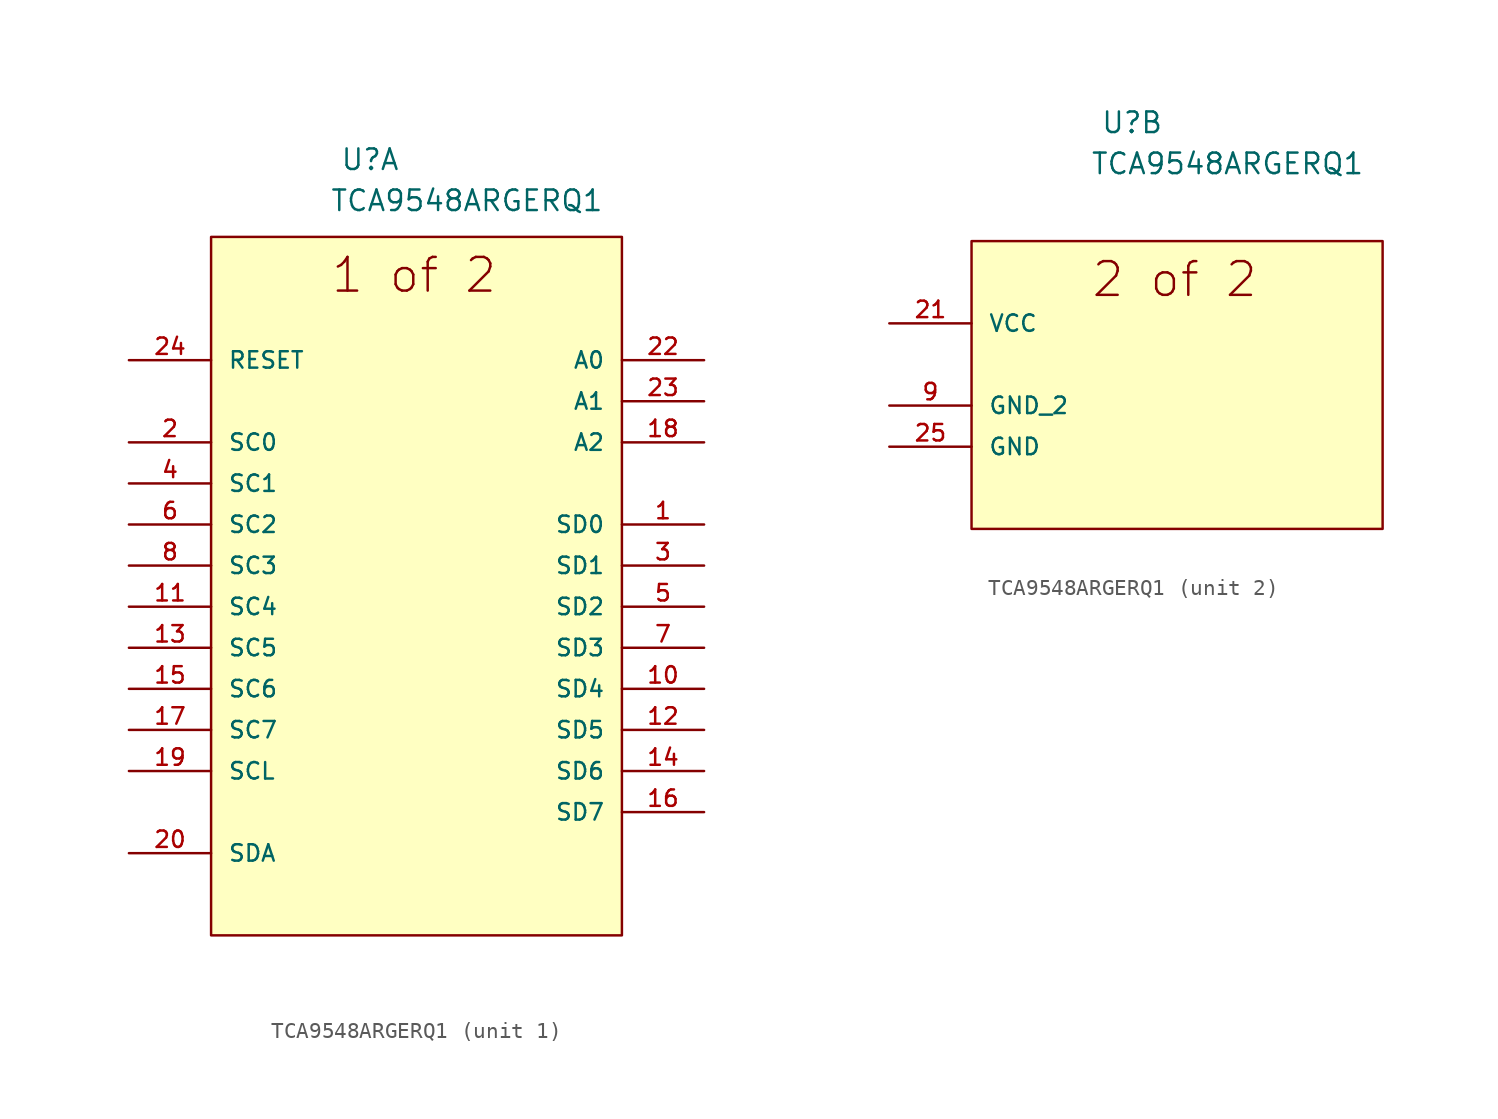
<source format=kicad_sym>
(kicad_symbol_lib
  (version 20211014)
  (generator kicad_symbol_editor)
  (symbol "TCA9548ARGERQ1"
    (pin_names
      (offset 1.016))
    (property "Reference" "U"
      (at 15.596 11.659 0.0)
      (effects (font (size 1.27 1.27)) (justify bottom left)))
    (property "Value" "TCA9548ARGERQ1"
      (at 14.961 9.119 0.0)
      (effects (font (size 1.27 1.27)) (justify bottom left)))
    (symbol "TCA9548ARGERQ1_1_0"
      (text "1 of 2" (at 14.961 4.039 0) (effects (font (size 2.083 2.083)) (justify bottom left)))
      (rectangle (start 7.62 -35.56) (end 33.02 7.62) (stroke (width 0.152)) (fill (type background)))
      (pin passive line (at 2.54 0.0 0) (length 5.08) (name "RESET" (effects (font (size 1.016 1.016)))) (number "24" (effects (font (size 1.016 1.016)))))
      (pin bidirectional line (at 2.54 -5.08 0) (length 5.08) (name "SC0" (effects (font (size 1.016 1.016)))) (number "2" (effects (font (size 1.016 1.016)))))
      (pin bidirectional line (at 2.54 -7.62 0) (length 5.08) (name "SC1" (effects (font (size 1.016 1.016)))) (number "4" (effects (font (size 1.016 1.016)))))
      (pin bidirectional line (at 2.54 -10.16 0) (length 5.08) (name "SC2" (effects (font (size 1.016 1.016)))) (number "6" (effects (font (size 1.016 1.016)))))
      (pin bidirectional line (at 2.54 -12.7 0) (length 5.08) (name "SC3" (effects (font (size 1.016 1.016)))) (number "8" (effects (font (size 1.016 1.016)))))
      (pin bidirectional line (at 2.54 -15.24 0) (length 5.08) (name "SC4" (effects (font (size 1.016 1.016)))) (number "11" (effects (font (size 1.016 1.016)))))
      (pin bidirectional line (at 2.54 -17.78 0) (length 5.08) (name "SC5" (effects (font (size 1.016 1.016)))) (number "13" (effects (font (size 1.016 1.016)))))
      (pin bidirectional line (at 2.54 -20.32 0) (length 5.08) (name "SC6" (effects (font (size 1.016 1.016)))) (number "15" (effects (font (size 1.016 1.016)))))
      (pin bidirectional line (at 2.54 -22.86 0) (length 5.08) (name "SC7" (effects (font (size 1.016 1.016)))) (number "17" (effects (font (size 1.016 1.016)))))
      (pin passive line (at 2.54 -25.4 0) (length 5.08) (name "SCL" (effects (font (size 1.016 1.016)))) (number "19" (effects (font (size 1.016 1.016)))))
      (pin passive line (at 2.54 -30.48 0) (length 5.08) (name "SDA" (effects (font (size 1.016 1.016)))) (number "20" (effects (font (size 1.016 1.016)))))
      (pin bidirectional line (at 38.1 0.0 180.0) (length 5.08) (name "A0" (effects (font (size 1.016 1.016)))) (number "22" (effects (font (size 1.016 1.016)))))
      (pin bidirectional line (at 38.1 -2.54 180.0) (length 5.08) (name "A1" (effects (font (size 1.016 1.016)))) (number "23" (effects (font (size 1.016 1.016)))))
      (pin bidirectional line (at 38.1 -5.08 180.0) (length 5.08) (name "A2" (effects (font (size 1.016 1.016)))) (number "18" (effects (font (size 1.016 1.016)))))
      (pin bidirectional line (at 38.1 -10.16 180.0) (length 5.08) (name "SD0" (effects (font (size 1.016 1.016)))) (number "1" (effects (font (size 1.016 1.016)))))
      (pin bidirectional line (at 38.1 -12.7 180.0) (length 5.08) (name "SD1" (effects (font (size 1.016 1.016)))) (number "3" (effects (font (size 1.016 1.016)))))
      (pin bidirectional line (at 38.1 -15.24 180.0) (length 5.08) (name "SD2" (effects (font (size 1.016 1.016)))) (number "5" (effects (font (size 1.016 1.016)))))
      (pin bidirectional line (at 38.1 -17.78 180.0) (length 5.08) (name "SD3" (effects (font (size 1.016 1.016)))) (number "7" (effects (font (size 1.016 1.016)))))
      (pin bidirectional line (at 38.1 -20.32 180.0) (length 5.08) (name "SD4" (effects (font (size 1.016 1.016)))) (number "10" (effects (font (size 1.016 1.016)))))
      (pin bidirectional line (at 38.1 -22.86 180.0) (length 5.08) (name "SD5" (effects (font (size 1.016 1.016)))) (number "12" (effects (font (size 1.016 1.016)))))
      (pin bidirectional line (at 38.1 -25.4 180.0) (length 5.08) (name "SD6" (effects (font (size 1.016 1.016)))) (number "14" (effects (font (size 1.016 1.016)))))
      (pin bidirectional line (at 38.1 -27.94 180.0) (length 5.08) (name "SD7" (effects (font (size 1.016 1.016)))) (number "16" (effects (font (size 1.016 1.016))))))
    (symbol "TCA9548ARGERQ1_2_0"
      (text "2 of 2" (at 14.961 1.499 0) (effects (font (size 2.083 2.083)) (justify bottom left)))
      (rectangle (start 7.62 -12.7) (end 33.02 5.08) (stroke (width 0.152)) (fill (type background)))
      (pin power_in line (at 2.54 0.0 0) (length 5.08) (name "VCC" (effects (font (size 1.016 1.016)))) (number "21" (effects (font (size 1.016 1.016)))))
      (pin passive line (at 2.54 -5.08 0) (length 5.08) (name "GND_2" (effects (font (size 1.016 1.016)))) (number "9" (effects (font (size 1.016 1.016)))))
      (pin passive line (at 2.54 -7.62 0) (length 5.08) (name "GND" (effects (font (size 1.016 1.016)))) (number "25" (effects (font (size 1.016 1.016))))))))
</source>
